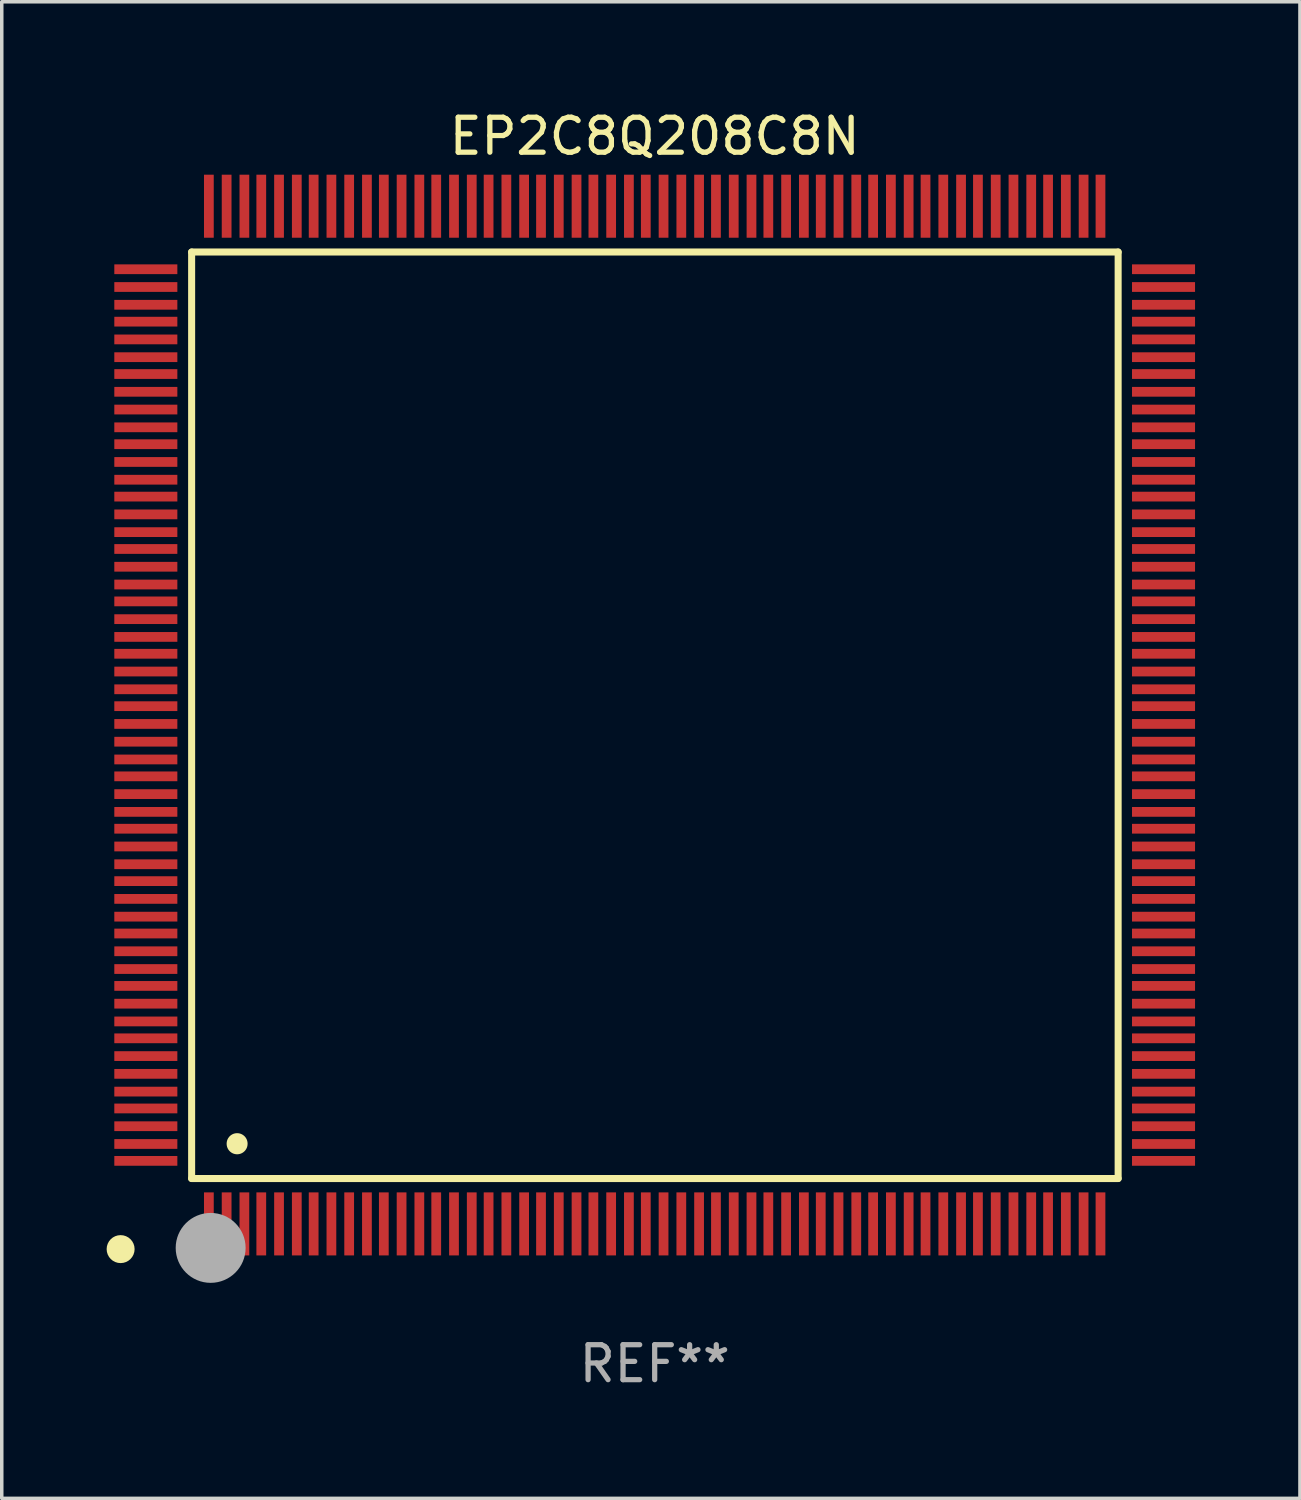
<source format=kicad_pcb>
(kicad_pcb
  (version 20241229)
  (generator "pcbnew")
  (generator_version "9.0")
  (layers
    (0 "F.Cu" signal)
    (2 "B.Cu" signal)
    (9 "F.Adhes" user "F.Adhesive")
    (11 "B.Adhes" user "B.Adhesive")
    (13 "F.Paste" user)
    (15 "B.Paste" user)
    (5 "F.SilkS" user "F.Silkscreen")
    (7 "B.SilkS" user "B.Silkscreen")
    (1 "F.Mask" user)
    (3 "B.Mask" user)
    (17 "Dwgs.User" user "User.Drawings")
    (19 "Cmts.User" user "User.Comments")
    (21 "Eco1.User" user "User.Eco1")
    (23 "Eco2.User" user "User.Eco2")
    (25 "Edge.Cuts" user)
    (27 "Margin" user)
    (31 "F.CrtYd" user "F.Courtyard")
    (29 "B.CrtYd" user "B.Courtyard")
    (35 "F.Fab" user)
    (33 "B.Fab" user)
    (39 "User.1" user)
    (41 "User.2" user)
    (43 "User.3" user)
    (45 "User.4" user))
  (footprint "EP2C8Q208C8N"
    (layer "F.Cu")
    (at 15.675 17.402)
    (property "Reference" "EP2C8Q208C8N" (at 0 -16.554 0) (layer "F.SilkS") (effects (font (size 1 1) (thickness 0.15))))
    (attr through_hole)
    (fp_line (start -13.244 -13.244) (end -13.244 13.256) (stroke (width 0.201) (type solid)) (layer "F.SilkS"))
    (fp_line (start -13.244 13.256) (end 13.256 13.256) (stroke (width 0.201) (type solid)) (layer "F.SilkS"))
    (fp_line (start 13.256 -13.244) (end -13.244 -13.244) (stroke (width 0.201) (type solid)) (layer "F.SilkS"))
    (fp_line (start 13.256 13.256) (end 13.256 -13.244) (stroke (width 0.201) (type solid)) (layer "F.SilkS"))
    (fp_arc (start -13.268987 14.90983) (mid -13.268992 14.90856) (end -13.268987 14.90729) (stroke (width 0.299721) (type solid)) (layer "F.SilkS"))
    (fp_arc (start -11.943104 12.263145) (mid -11.943115 12.260605) (end -11.943104 12.258065) (stroke (width 0.599441) (type solid)) (layer "F.SilkS"))
    (fp_circle (center -15.275 15.275) (end -15.075 15.275) (stroke (width 0.4) (type solid)) (fill no) (layer "F.SilkS"))
    (fp_circle (center -12.7 15.24) (end -12.2 15.24) (stroke (width 1) (type solid)) (fill no) (layer "F.Fab"))
    (fp_text user "REF**" (at 0 18.554 0) (layer "F.Fab") (effects (font (size 1 1) (thickness 0.15))))
    (pad "1" smd rect (at -12.751 14.554 180) (size 0.279 1.803) (layers "F.Cu" "F.Mask" "F.Paste"))
    (pad "2" smd rect (at -12.243 14.554 180) (size 0.279 1.803) (layers "F.Cu" "F.Mask" "F.Paste"))
    (pad "3" smd rect (at -11.735 14.554 180) (size 0.279 1.803) (layers "F.Cu" "F.Mask" "F.Paste"))
    (pad "4" smd rect (at -11.252 14.554 180) (size 0.279 1.803) (layers "F.Cu" "F.Mask" "F.Paste"))
    (pad "5" smd rect (at -10.744 14.554 180) (size 0.279 1.803) (layers "F.Cu" "F.Mask" "F.Paste"))
    (pad "6" smd rect (at -10.236 14.554 180) (size 0.279 1.803) (layers "F.Cu" "F.Mask" "F.Paste"))
    (pad "7" smd rect (at -9.754 14.554 180) (size 0.279 1.803) (layers "F.Cu" "F.Mask" "F.Paste"))
    (pad "8" smd rect (at -9.246 14.554 180) (size 0.279 1.803) (layers "F.Cu" "F.Mask" "F.Paste"))
    (pad "9" smd rect (at -8.738 14.554 180) (size 0.279 1.803) (layers "F.Cu" "F.Mask" "F.Paste"))
    (pad "10" smd rect (at -8.23 14.554 180) (size 0.279 1.803) (layers "F.Cu" "F.Mask" "F.Paste"))
    (pad "11" smd rect (at -7.747 14.554 180) (size 0.279 1.803) (layers "F.Cu" "F.Mask" "F.Paste"))
    (pad "12" smd rect (at -7.239 14.554 180) (size 0.279 1.803) (layers "F.Cu" "F.Mask" "F.Paste"))
    (pad "13" smd rect (at -6.731 14.554 180) (size 0.279 1.803) (layers "F.Cu" "F.Mask" "F.Paste"))
    (pad "14" smd rect (at -6.248 14.554 180) (size 0.279 1.803) (layers "F.Cu" "F.Mask" "F.Paste"))
    (pad "15" smd rect (at -5.74 14.554 180) (size 0.279 1.803) (layers "F.Cu" "F.Mask" "F.Paste"))
    (pad "16" smd rect (at -5.232 14.554 180) (size 0.279 1.803) (layers "F.Cu" "F.Mask" "F.Paste"))
    (pad "17" smd rect (at -4.75 14.554 180) (size 0.279 1.803) (layers "F.Cu" "F.Mask" "F.Paste"))
    (pad "18" smd rect (at -4.242 14.554 180) (size 0.279 1.803) (layers "F.Cu" "F.Mask" "F.Paste"))
    (pad "19" smd rect (at -3.734 14.554 180) (size 0.279 1.803) (layers "F.Cu" "F.Mask" "F.Paste"))
    (pad "20" smd rect (at -3.251 14.554 180) (size 0.279 1.803) (layers "F.Cu" "F.Mask" "F.Paste"))
    (pad "21" smd rect (at -2.743 14.554 180) (size 0.279 1.803) (layers "F.Cu" "F.Mask" "F.Paste"))
    (pad "22" smd rect (at -2.235 14.554 180) (size 0.279 1.803) (layers "F.Cu" "F.Mask" "F.Paste"))
    (pad "23" smd rect (at -1.753 14.554 180) (size 0.279 1.803) (layers "F.Cu" "F.Mask" "F.Paste"))
    (pad "24" smd rect (at -1.245 14.554 180) (size 0.279 1.803) (layers "F.Cu" "F.Mask" "F.Paste"))
    (pad "25" smd rect (at -0.737 14.554 180) (size 0.279 1.803) (layers "F.Cu" "F.Mask" "F.Paste"))
    (pad "26" smd rect (at -0.254 14.554 180) (size 0.279 1.803) (layers "F.Cu" "F.Mask" "F.Paste"))
    (pad "27" smd rect (at 0.254 14.554 180) (size 0.279 1.803) (layers "F.Cu" "F.Mask" "F.Paste"))
    (pad "28" smd rect (at 0.762 14.554 180) (size 0.279 1.803) (layers "F.Cu" "F.Mask" "F.Paste"))
    (pad "29" smd rect (at 1.27 14.554 180) (size 0.279 1.803) (layers "F.Cu" "F.Mask" "F.Paste"))
    (pad "30" smd rect (at 1.753 14.554 180) (size 0.279 1.803) (layers "F.Cu" "F.Mask" "F.Paste"))
    (pad "31" smd rect (at 2.261 14.554 180) (size 0.279 1.803) (layers "F.Cu" "F.Mask" "F.Paste"))
    (pad "32" smd rect (at 2.769 14.554 180) (size 0.279 1.803) (layers "F.Cu" "F.Mask" "F.Paste"))
    (pad "33" smd rect (at 3.251 14.554 180) (size 0.279 1.803) (layers "F.Cu" "F.Mask" "F.Paste"))
    (pad "34" smd rect (at 3.759 14.554 180) (size 0.279 1.803) (layers "F.Cu" "F.Mask" "F.Paste"))
    (pad "35" smd rect (at 4.267 14.554 180) (size 0.279 1.803) (layers "F.Cu" "F.Mask" "F.Paste"))
    (pad "36" smd rect (at 4.75 14.554 180) (size 0.279 1.803) (layers "F.Cu" "F.Mask" "F.Paste"))
    (pad "37" smd rect (at 5.258 14.554 180) (size 0.279 1.803) (layers "F.Cu" "F.Mask" "F.Paste"))
    (pad "38" smd rect (at 5.766 14.554 180) (size 0.279 1.803) (layers "F.Cu" "F.Mask" "F.Paste"))
    (pad "39" smd rect (at 6.248 14.554 180) (size 0.279 1.803) (layers "F.Cu" "F.Mask" "F.Paste"))
    (pad "40" smd rect (at 6.756 14.554 180) (size 0.279 1.803) (layers "F.Cu" "F.Mask" "F.Paste"))
    (pad "41" smd rect (at 7.264 14.554 180) (size 0.279 1.803) (layers "F.Cu" "F.Mask" "F.Paste"))
    (pad "42" smd rect (at 7.747 14.554 180) (size 0.279 1.803) (layers "F.Cu" "F.Mask" "F.Paste"))
    (pad "43" smd rect (at 8.255 14.554 180) (size 0.279 1.803) (layers "F.Cu" "F.Mask" "F.Paste"))
    (pad "44" smd rect (at 8.763 14.554 180) (size 0.279 1.803) (layers "F.Cu" "F.Mask" "F.Paste"))
    (pad "45" smd rect (at 9.246 14.554 180) (size 0.279 1.803) (layers "F.Cu" "F.Mask" "F.Paste"))
    (pad "46" smd rect (at 9.754 14.554 180) (size 0.279 1.803) (layers "F.Cu" "F.Mask" "F.Paste"))
    (pad "47" smd rect (at 10.262 14.554 180) (size 0.279 1.803) (layers "F.Cu" "F.Mask" "F.Paste"))
    (pad "48" smd rect (at 10.77 14.554 180) (size 0.279 1.803) (layers "F.Cu" "F.Mask" "F.Paste"))
    (pad "49" smd rect (at 11.252 14.554 180) (size 0.279 1.803) (layers "F.Cu" "F.Mask" "F.Paste"))
    (pad "50" smd rect (at 11.76 14.554 180) (size 0.279 1.803) (layers "F.Cu" "F.Mask" "F.Paste"))
    (pad "51" smd rect (at 12.268 14.554 180) (size 0.279 1.803) (layers "F.Cu" "F.Mask" "F.Paste"))
    (pad "52" smd rect (at 12.751 14.554 180) (size 0.279 1.803) (layers "F.Cu" "F.Mask" "F.Paste"))
    (pad "53" smd rect (at 14.554 12.751 90) (size 0.279 1.803) (layers "F.Cu" "F.Mask" "F.Paste"))
    (pad "54" smd rect (at 14.554 12.268 90) (size 0.279 1.803) (layers "F.Cu" "F.Mask" "F.Paste"))
    (pad "55" smd rect (at 14.554 11.76 90) (size 0.279 1.803) (layers "F.Cu" "F.Mask" "F.Paste"))
    (pad "56" smd rect (at 14.554 11.252 90) (size 0.279 1.803) (layers "F.Cu" "F.Mask" "F.Paste"))
    (pad "57" smd rect (at 14.554 10.77 90) (size 0.279 1.803) (layers "F.Cu" "F.Mask" "F.Paste"))
    (pad "58" smd rect (at 14.554 10.262 90) (size 0.279 1.803) (layers "F.Cu" "F.Mask" "F.Paste"))
    (pad "59" smd rect (at 14.554 9.754 90) (size 0.279 1.803) (layers "F.Cu" "F.Mask" "F.Paste"))
    (pad "60" smd rect (at 14.554 9.246 90) (size 0.279 1.803) (layers "F.Cu" "F.Mask" "F.Paste"))
    (pad "61" smd rect (at 14.554 8.763 90) (size 0.279 1.803) (layers "F.Cu" "F.Mask" "F.Paste"))
    (pad "62" smd rect (at 14.554 8.255 90) (size 0.279 1.803) (layers "F.Cu" "F.Mask" "F.Paste"))
    (pad "63" smd rect (at 14.554 7.747 90) (size 0.279 1.803) (layers "F.Cu" "F.Mask" "F.Paste"))
    (pad "64" smd rect (at 14.554 7.264 90) (size 0.279 1.803) (layers "F.Cu" "F.Mask" "F.Paste"))
    (pad "65" smd rect (at 14.554 6.756 90) (size 0.279 1.803) (layers "F.Cu" "F.Mask" "F.Paste"))
    (pad "66" smd rect (at 14.554 6.248 90) (size 0.279 1.803) (layers "F.Cu" "F.Mask" "F.Paste"))
    (pad "67" smd rect (at 14.554 5.766 90) (size 0.279 1.803) (layers "F.Cu" "F.Mask" "F.Paste"))
    (pad "68" smd rect (at 14.554 5.258 90) (size 0.279 1.803) (layers "F.Cu" "F.Mask" "F.Paste"))
    (pad "69" smd rect (at 14.554 4.75 90) (size 0.279 1.803) (layers "F.Cu" "F.Mask" "F.Paste"))
    (pad "70" smd rect (at 14.554 4.267 90) (size 0.279 1.803) (layers "F.Cu" "F.Mask" "F.Paste"))
    (pad "71" smd rect (at 14.554 3.759 90) (size 0.279 1.803) (layers "F.Cu" "F.Mask" "F.Paste"))
    (pad "72" smd rect (at 14.554 3.251 90) (size 0.279 1.803) (layers "F.Cu" "F.Mask" "F.Paste"))
    (pad "73" smd rect (at 14.554 2.769 90) (size 0.279 1.803) (layers "F.Cu" "F.Mask" "F.Paste"))
    (pad "74" smd rect (at 14.554 2.261 90) (size 0.279 1.803) (layers "F.Cu" "F.Mask" "F.Paste"))
    (pad "75" smd rect (at 14.554 1.753 90) (size 0.279 1.803) (layers "F.Cu" "F.Mask" "F.Paste"))
    (pad "76" smd rect (at 14.554 1.27 90) (size 0.279 1.803) (layers "F.Cu" "F.Mask" "F.Paste"))
    (pad "77" smd rect (at 14.554 0.762 90) (size 0.279 1.803) (layers "F.Cu" "F.Mask" "F.Paste"))
    (pad "78" smd rect (at 14.554 0.254 90) (size 0.279 1.803) (layers "F.Cu" "F.Mask" "F.Paste"))
    (pad "79" smd rect (at 14.554 -0.254 90) (size 0.279 1.803) (layers "F.Cu" "F.Mask" "F.Paste"))
    (pad "80" smd rect (at 14.554 -0.737 90) (size 0.279 1.803) (layers "F.Cu" "F.Mask" "F.Paste"))
    (pad "81" smd rect (at 14.554 -1.245 90) (size 0.279 1.803) (layers "F.Cu" "F.Mask" "F.Paste"))
    (pad "82" smd rect (at 14.554 -1.753 90) (size 0.279 1.803) (layers "F.Cu" "F.Mask" "F.Paste"))
    (pad "83" smd rect (at 14.554 -2.235 90) (size 0.279 1.803) (layers "F.Cu" "F.Mask" "F.Paste"))
    (pad "84" smd rect (at 14.554 -2.743 90) (size 0.279 1.803) (layers "F.Cu" "F.Mask" "F.Paste"))
    (pad "85" smd rect (at 14.554 -3.251 90) (size 0.279 1.803) (layers "F.Cu" "F.Mask" "F.Paste"))
    (pad "86" smd rect (at 14.554 -3.734 90) (size 0.279 1.803) (layers "F.Cu" "F.Mask" "F.Paste"))
    (pad "87" smd rect (at 14.554 -4.242 90) (size 0.279 1.803) (layers "F.Cu" "F.Mask" "F.Paste"))
    (pad "88" smd rect (at 14.554 -4.75 90) (size 0.279 1.803) (layers "F.Cu" "F.Mask" "F.Paste"))
    (pad "89" smd rect (at 14.554 -5.232 90) (size 0.279 1.803) (layers "F.Cu" "F.Mask" "F.Paste"))
    (pad "90" smd rect (at 14.554 -5.74 90) (size 0.279 1.803) (layers "F.Cu" "F.Mask" "F.Paste"))
    (pad "91" smd rect (at 14.554 -6.248 90) (size 0.279 1.803) (layers "F.Cu" "F.Mask" "F.Paste"))
    (pad "92" smd rect (at 14.554 -6.731 90) (size 0.279 1.803) (layers "F.Cu" "F.Mask" "F.Paste"))
    (pad "93" smd rect (at 14.554 -7.239 90) (size 0.279 1.803) (layers "F.Cu" "F.Mask" "F.Paste"))
    (pad "94" smd rect (at 14.554 -7.747 90) (size 0.279 1.803) (layers "F.Cu" "F.Mask" "F.Paste"))
    (pad "95" smd rect (at 14.554 -8.23 90) (size 0.279 1.803) (layers "F.Cu" "F.Mask" "F.Paste"))
    (pad "96" smd rect (at 14.554 -8.738 90) (size 0.279 1.803) (layers "F.Cu" "F.Mask" "F.Paste"))
    (pad "97" smd rect (at 14.554 -9.246 90) (size 0.279 1.803) (layers "F.Cu" "F.Mask" "F.Paste"))
    (pad "98" smd rect (at 14.554 -9.754 90) (size 0.279 1.803) (layers "F.Cu" "F.Mask" "F.Paste"))
    (pad "99" smd rect (at 14.554 -10.236 90) (size 0.279 1.803) (layers "F.Cu" "F.Mask" "F.Paste"))
    (pad "100" smd rect (at 14.554 -10.744 90) (size 0.279 1.803) (layers "F.Cu" "F.Mask" "F.Paste"))
    (pad "101" smd rect (at 14.554 -11.252 90) (size 0.279 1.803) (layers "F.Cu" "F.Mask" "F.Paste"))
    (pad "102" smd rect (at 14.554 -11.735 90) (size 0.279 1.803) (layers "F.Cu" "F.Mask" "F.Paste"))
    (pad "103" smd rect (at 14.554 -12.243 90) (size 0.279 1.803) (layers "F.Cu" "F.Mask" "F.Paste"))
    (pad "104" smd rect (at 14.554 -12.751 90) (size 0.279 1.803) (layers "F.Cu" "F.Mask" "F.Paste"))
    (pad "105" smd rect (at 12.751 -14.554 180) (size 0.279 1.803) (layers "F.Cu" "F.Mask" "F.Paste"))
    (pad "106" smd rect (at 12.268 -14.554 180) (size 0.279 1.803) (layers "F.Cu" "F.Mask" "F.Paste"))
    (pad "107" smd rect (at 11.76 -14.554 180) (size 0.279 1.803) (layers "F.Cu" "F.Mask" "F.Paste"))
    (pad "108" smd rect (at 11.252 -14.554 180) (size 0.279 1.803) (layers "F.Cu" "F.Mask" "F.Paste"))
    (pad "109" smd rect (at 10.77 -14.554 180) (size 0.279 1.803) (layers "F.Cu" "F.Mask" "F.Paste"))
    (pad "110" smd rect (at 10.262 -14.554 180) (size 0.279 1.803) (layers "F.Cu" "F.Mask" "F.Paste"))
    (pad "111" smd rect (at 9.754 -14.554 180) (size 0.279 1.803) (layers "F.Cu" "F.Mask" "F.Paste"))
    (pad "112" smd rect (at 9.246 -14.554 180) (size 0.279 1.803) (layers "F.Cu" "F.Mask" "F.Paste"))
    (pad "113" smd rect (at 8.763 -14.554 180) (size 0.279 1.803) (layers "F.Cu" "F.Mask" "F.Paste"))
    (pad "114" smd rect (at 8.255 -14.554 180) (size 0.279 1.803) (layers "F.Cu" "F.Mask" "F.Paste"))
    (pad "115" smd rect (at 7.747 -14.554 180) (size 0.279 1.803) (layers "F.Cu" "F.Mask" "F.Paste"))
    (pad "116" smd rect (at 7.264 -14.554 180) (size 0.279 1.803) (layers "F.Cu" "F.Mask" "F.Paste"))
    (pad "117" smd rect (at 6.756 -14.554 180) (size 0.279 1.803) (layers "F.Cu" "F.Mask" "F.Paste"))
    (pad "118" smd rect (at 6.248 -14.554 180) (size 0.279 1.803) (layers "F.Cu" "F.Mask" "F.Paste"))
    (pad "119" smd rect (at 5.766 -14.554 180) (size 0.279 1.803) (layers "F.Cu" "F.Mask" "F.Paste"))
    (pad "120" smd rect (at 5.258 -14.554 180) (size 0.279 1.803) (layers "F.Cu" "F.Mask" "F.Paste"))
    (pad "121" smd rect (at 4.75 -14.554 180) (size 0.279 1.803) (layers "F.Cu" "F.Mask" "F.Paste"))
    (pad "122" smd rect (at 4.267 -14.554 180) (size 0.279 1.803) (layers "F.Cu" "F.Mask" "F.Paste"))
    (pad "123" smd rect (at 3.759 -14.554 180) (size 0.279 1.803) (layers "F.Cu" "F.Mask" "F.Paste"))
    (pad "124" smd rect (at 3.251 -14.554 180) (size 0.279 1.803) (layers "F.Cu" "F.Mask" "F.Paste"))
    (pad "125" smd rect (at 2.769 -14.554 180) (size 0.279 1.803) (layers "F.Cu" "F.Mask" "F.Paste"))
    (pad "126" smd rect (at 2.261 -14.554 180) (size 0.279 1.803) (layers "F.Cu" "F.Mask" "F.Paste"))
    (pad "127" smd rect (at 1.753 -14.554 180) (size 0.279 1.803) (layers "F.Cu" "F.Mask" "F.Paste"))
    (pad "128" smd rect (at 1.27 -14.554 180) (size 0.279 1.803) (layers "F.Cu" "F.Mask" "F.Paste"))
    (pad "129" smd rect (at 0.762 -14.554 180) (size 0.279 1.803) (layers "F.Cu" "F.Mask" "F.Paste"))
    (pad "130" smd rect (at 0.254 -14.554 180) (size 0.279 1.803) (layers "F.Cu" "F.Mask" "F.Paste"))
    (pad "131" smd rect (at -0.254 -14.554 180) (size 0.279 1.803) (layers "F.Cu" "F.Mask" "F.Paste"))
    (pad "132" smd rect (at -0.737 -14.554 180) (size 0.279 1.803) (layers "F.Cu" "F.Mask" "F.Paste"))
    (pad "133" smd rect (at -1.245 -14.554 180) (size 0.279 1.803) (layers "F.Cu" "F.Mask" "F.Paste"))
    (pad "134" smd rect (at -1.753 -14.554 180) (size 0.279 1.803) (layers "F.Cu" "F.Mask" "F.Paste"))
    (pad "135" smd rect (at -2.235 -14.554 180) (size 0.279 1.803) (layers "F.Cu" "F.Mask" "F.Paste"))
    (pad "136" smd rect (at -2.743 -14.554 180) (size 0.279 1.803) (layers "F.Cu" "F.Mask" "F.Paste"))
    (pad "137" smd rect (at -3.251 -14.554 180) (size 0.279 1.803) (layers "F.Cu" "F.Mask" "F.Paste"))
    (pad "138" smd rect (at -3.734 -14.554 180) (size 0.279 1.803) (layers "F.Cu" "F.Mask" "F.Paste"))
    (pad "139" smd rect (at -4.242 -14.554 180) (size 0.279 1.803) (layers "F.Cu" "F.Mask" "F.Paste"))
    (pad "140" smd rect (at -4.75 -14.554 180) (size 0.279 1.803) (layers "F.Cu" "F.Mask" "F.Paste"))
    (pad "141" smd rect (at -5.232 -14.554 180) (size 0.279 1.803) (layers "F.Cu" "F.Mask" "F.Paste"))
    (pad "142" smd rect (at -5.74 -14.554 180) (size 0.279 1.803) (layers "F.Cu" "F.Mask" "F.Paste"))
    (pad "143" smd rect (at -6.248 -14.554 180) (size 0.279 1.803) (layers "F.Cu" "F.Mask" "F.Paste"))
    (pad "144" smd rect (at -6.731 -14.554 180) (size 0.279 1.803) (layers "F.Cu" "F.Mask" "F.Paste"))
    (pad "145" smd rect (at -7.239 -14.554 180) (size 0.279 1.803) (layers "F.Cu" "F.Mask" "F.Paste"))
    (pad "146" smd rect (at -7.747 -14.554 180) (size 0.279 1.803) (layers "F.Cu" "F.Mask" "F.Paste"))
    (pad "147" smd rect (at -8.23 -14.554 180) (size 0.279 1.803) (layers "F.Cu" "F.Mask" "F.Paste"))
    (pad "148" smd rect (at -8.738 -14.554 180) (size 0.279 1.803) (layers "F.Cu" "F.Mask" "F.Paste"))
    (pad "149" smd rect (at -9.246 -14.554 180) (size 0.279 1.803) (layers "F.Cu" "F.Mask" "F.Paste"))
    (pad "150" smd rect (at -9.754 -14.554 180) (size 0.279 1.803) (layers "F.Cu" "F.Mask" "F.Paste"))
    (pad "151" smd rect (at -10.236 -14.554 180) (size 0.279 1.803) (layers "F.Cu" "F.Mask" "F.Paste"))
    (pad "152" smd rect (at -10.744 -14.554 180) (size 0.279 1.803) (layers "F.Cu" "F.Mask" "F.Paste"))
    (pad "153" smd rect (at -11.252 -14.554 180) (size 0.279 1.803) (layers "F.Cu" "F.Mask" "F.Paste"))
    (pad "154" smd rect (at -11.735 -14.554 180) (size 0.279 1.803) (layers "F.Cu" "F.Mask" "F.Paste"))
    (pad "155" smd rect (at -12.243 -14.554 180) (size 0.279 1.803) (layers "F.Cu" "F.Mask" "F.Paste"))
    (pad "156" smd rect (at -12.751 -14.554 180) (size 0.279 1.803) (layers "F.Cu" "F.Mask" "F.Paste"))
    (pad "157" smd rect (at -14.554 -12.751 90) (size 0.279 1.803) (layers "F.Cu" "F.Mask" "F.Paste"))
    (pad "158" smd rect (at -14.554 -12.243 90) (size 0.279 1.803) (layers "F.Cu" "F.Mask" "F.Paste"))
    (pad "159" smd rect (at -14.554 -11.735 90) (size 0.279 1.803) (layers "F.Cu" "F.Mask" "F.Paste"))
    (pad "160" smd rect (at -14.554 -11.252 90) (size 0.279 1.803) (layers "F.Cu" "F.Mask" "F.Paste"))
    (pad "161" smd rect (at -14.554 -10.744 90) (size 0.279 1.803) (layers "F.Cu" "F.Mask" "F.Paste"))
    (pad "162" smd rect (at -14.554 -10.236 90) (size 0.279 1.803) (layers "F.Cu" "F.Mask" "F.Paste"))
    (pad "163" smd rect (at -14.554 -9.754 90) (size 0.279 1.803) (layers "F.Cu" "F.Mask" "F.Paste"))
    (pad "164" smd rect (at -14.554 -9.246 90) (size 0.279 1.803) (layers "F.Cu" "F.Mask" "F.Paste"))
    (pad "165" smd rect (at -14.554 -8.738 90) (size 0.279 1.803) (layers "F.Cu" "F.Mask" "F.Paste"))
    (pad "166" smd rect (at -14.554 -8.23 90) (size 0.279 1.803) (layers "F.Cu" "F.Mask" "F.Paste"))
    (pad "167" smd rect (at -14.554 -7.747 90) (size 0.279 1.803) (layers "F.Cu" "F.Mask" "F.Paste"))
    (pad "168" smd rect (at -14.554 -7.239 90) (size 0.279 1.803) (layers "F.Cu" "F.Mask" "F.Paste"))
    (pad "169" smd rect (at -14.554 -6.731 90) (size 0.279 1.803) (layers "F.Cu" "F.Mask" "F.Paste"))
    (pad "170" smd rect (at -14.554 -6.248 90) (size 0.279 1.803) (layers "F.Cu" "F.Mask" "F.Paste"))
    (pad "171" smd rect (at -14.554 -5.74 90) (size 0.279 1.803) (layers "F.Cu" "F.Mask" "F.Paste"))
    (pad "172" smd rect (at -14.554 -5.232 90) (size 0.279 1.803) (layers "F.Cu" "F.Mask" "F.Paste"))
    (pad "173" smd rect (at -14.554 -4.75 90) (size 0.279 1.803) (layers "F.Cu" "F.Mask" "F.Paste"))
    (pad "174" smd rect (at -14.554 -4.242 90) (size 0.279 1.803) (layers "F.Cu" "F.Mask" "F.Paste"))
    (pad "175" smd rect (at -14.554 -3.734 90) (size 0.279 1.803) (layers "F.Cu" "F.Mask" "F.Paste"))
    (pad "176" smd rect (at -14.554 -3.251 90) (size 0.279 1.803) (layers "F.Cu" "F.Mask" "F.Paste"))
    (pad "177" smd rect (at -14.554 -2.743 90) (size 0.279 1.803) (layers "F.Cu" "F.Mask" "F.Paste"))
    (pad "178" smd rect (at -14.554 -2.235 90) (size 0.279 1.803) (layers "F.Cu" "F.Mask" "F.Paste"))
    (pad "179" smd rect (at -14.554 -1.753 90) (size 0.279 1.803) (layers "F.Cu" "F.Mask" "F.Paste"))
    (pad "180" smd rect (at -14.554 -1.245 90) (size 0.279 1.803) (layers "F.Cu" "F.Mask" "F.Paste"))
    (pad "181" smd rect (at -14.554 -0.737 90) (size 0.279 1.803) (layers "F.Cu" "F.Mask" "F.Paste"))
    (pad "182" smd rect (at -14.554 -0.254 90) (size 0.279 1.803) (layers "F.Cu" "F.Mask" "F.Paste"))
    (pad "183" smd rect (at -14.554 0.254 90) (size 0.279 1.803) (layers "F.Cu" "F.Mask" "F.Paste"))
    (pad "184" smd rect (at -14.554 0.762 90) (size 0.279 1.803) (layers "F.Cu" "F.Mask" "F.Paste"))
    (pad "185" smd rect (at -14.554 1.27 90) (size 0.279 1.803) (layers "F.Cu" "F.Mask" "F.Paste"))
    (pad "186" smd rect (at -14.554 1.753 90) (size 0.279 1.803) (layers "F.Cu" "F.Mask" "F.Paste"))
    (pad "187" smd rect (at -14.554 2.261 90) (size 0.279 1.803) (layers "F.Cu" "F.Mask" "F.Paste"))
    (pad "188" smd rect (at -14.554 2.769 90) (size 0.279 1.803) (layers "F.Cu" "F.Mask" "F.Paste"))
    (pad "189" smd rect (at -14.554 3.251 90) (size 0.279 1.803) (layers "F.Cu" "F.Mask" "F.Paste"))
    (pad "190" smd rect (at -14.554 3.759 90) (size 0.279 1.803) (layers "F.Cu" "F.Mask" "F.Paste"))
    (pad "191" smd rect (at -14.554 4.267 90) (size 0.279 1.803) (layers "F.Cu" "F.Mask" "F.Paste"))
    (pad "192" smd rect (at -14.554 4.75 90) (size 0.279 1.803) (layers "F.Cu" "F.Mask" "F.Paste"))
    (pad "193" smd rect (at -14.554 5.258 90) (size 0.279 1.803) (layers "F.Cu" "F.Mask" "F.Paste"))
    (pad "194" smd rect (at -14.554 5.766 90) (size 0.279 1.803) (layers "F.Cu" "F.Mask" "F.Paste"))
    (pad "195" smd rect (at -14.554 6.248 90) (size 0.279 1.803) (layers "F.Cu" "F.Mask" "F.Paste"))
    (pad "196" smd rect (at -14.554 6.756 90) (size 0.279 1.803) (layers "F.Cu" "F.Mask" "F.Paste"))
    (pad "197" smd rect (at -14.554 7.264 90) (size 0.279 1.803) (layers "F.Cu" "F.Mask" "F.Paste"))
    (pad "198" smd rect (at -14.554 7.747 90) (size 0.279 1.803) (layers "F.Cu" "F.Mask" "F.Paste"))
    (pad "199" smd rect (at -14.554 8.255 90) (size 0.279 1.803) (layers "F.Cu" "F.Mask" "F.Paste"))
    (pad "200" smd rect (at -14.554 8.763 90) (size 0.279 1.803) (layers "F.Cu" "F.Mask" "F.Paste"))
    (pad "201" smd rect (at -14.554 9.246 90) (size 0.279 1.803) (layers "F.Cu" "F.Mask" "F.Paste"))
    (pad "202" smd rect (at -14.554 9.754 90) (size 0.279 1.803) (layers "F.Cu" "F.Mask" "F.Paste"))
    (pad "203" smd rect (at -14.554 10.262 90) (size 0.279 1.803) (layers "F.Cu" "F.Mask" "F.Paste"))
    (pad "204" smd rect (at -14.554 10.77 90) (size 0.279 1.803) (layers "F.Cu" "F.Mask" "F.Paste"))
    (pad "205" smd rect (at -14.554 11.252 90) (size 0.279 1.803) (layers "F.Cu" "F.Mask" "F.Paste"))
    (pad "206" smd rect (at -14.554 11.76 90) (size 0.279 1.803) (layers "F.Cu" "F.Mask" "F.Paste"))
    (pad "207" smd rect (at -14.554 12.268 90) (size 0.279 1.803) (layers "F.Cu" "F.Mask" "F.Paste"))
    (pad "208" smd rect (at -14.554 12.751 90) (size 0.279 1.803) (layers "F.Cu" "F.Mask" "F.Paste")))
  (gr_rect
    (start -3 -3)
    (end 34.131 39.805)
    (stroke (width 0.1) (type default))
    (fill no)
    (layer "Edge.Cuts")))
</source>
